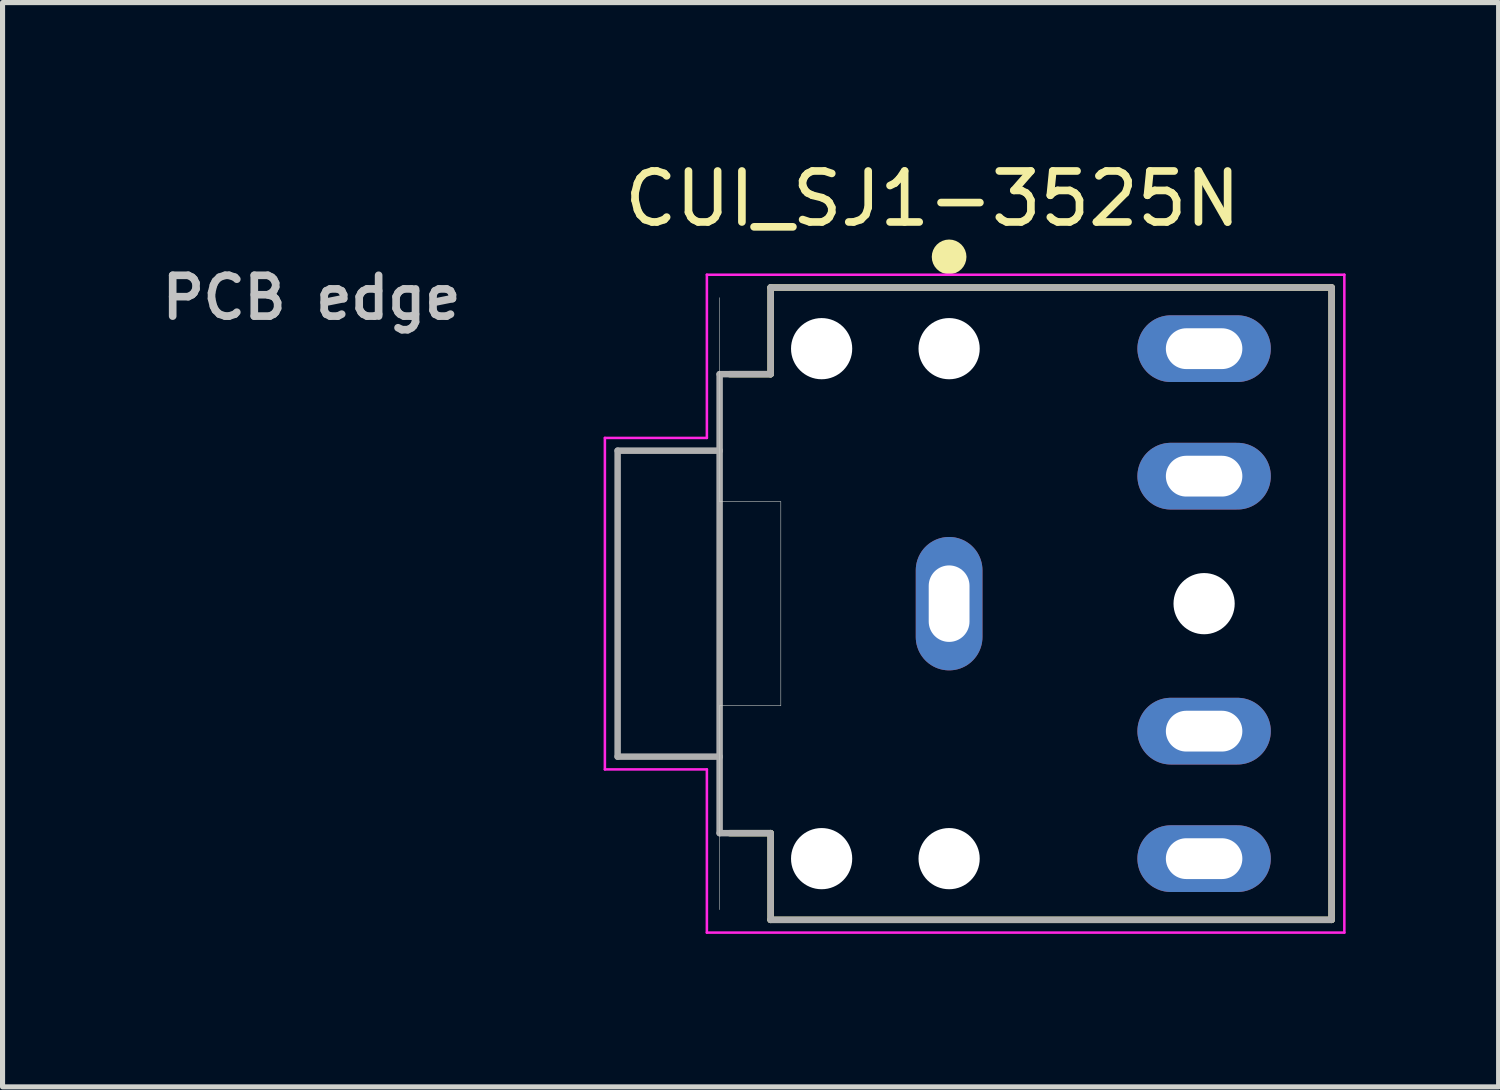
<source format=kicad_pcb>
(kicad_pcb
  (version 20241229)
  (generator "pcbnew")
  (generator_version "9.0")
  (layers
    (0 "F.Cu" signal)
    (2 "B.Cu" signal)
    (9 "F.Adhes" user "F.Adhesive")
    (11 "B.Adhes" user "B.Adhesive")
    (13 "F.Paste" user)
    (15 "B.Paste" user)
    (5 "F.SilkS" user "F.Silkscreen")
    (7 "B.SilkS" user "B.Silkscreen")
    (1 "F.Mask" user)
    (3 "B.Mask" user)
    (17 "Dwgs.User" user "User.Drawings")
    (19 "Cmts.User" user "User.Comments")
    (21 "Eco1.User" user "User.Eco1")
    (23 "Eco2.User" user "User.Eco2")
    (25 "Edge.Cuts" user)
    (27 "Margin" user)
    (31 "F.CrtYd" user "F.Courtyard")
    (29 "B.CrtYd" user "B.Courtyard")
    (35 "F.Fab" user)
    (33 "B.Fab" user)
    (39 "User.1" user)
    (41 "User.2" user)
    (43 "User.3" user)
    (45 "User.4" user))
  (footprint "CUI_SJ1-3525N"
    (layer "F.Cu")
    (at 15.561 8.787)
    (property "Reference" "CUI_SJ1-3525N" (at -0.325 -7.939 0) (layer "F.SilkS") (effects (font (size 1 1) (thickness 0.15))))
    (attr through_hole)
    (fp_line (start -3.5 -6.2) (end -3.5 -4.5) (stroke (width 0.127) (type solid)) (layer "F.SilkS"))
    (fp_line (start -3.5 -4.5) (end -4.3 -4.5) (stroke (width 0.127) (type solid)) (layer "F.SilkS"))
    (fp_line (start -3.5 4.5) (end -4.3 4.5) (stroke (width 0.127) (type solid)) (layer "F.SilkS"))
    (fp_line (start -3.5 4.5) (end -3.5 6.2) (stroke (width 0.127) (type solid)) (layer "F.SilkS"))
    (fp_line (start 7.5 -6.2) (end -3.5 -6.2) (stroke (width 0.127) (type solid)) (layer "F.SilkS"))
    (fp_line (start 7.5 -6.2) (end 7.5 6.2) (stroke (width 0.127) (type solid)) (layer "F.SilkS"))
    (fp_line (start 7.5 6.2) (end -3.5 6.2) (stroke (width 0.127) (type solid)) (layer "F.SilkS"))
    (fp_circle (center 0 -6.8) (end 0.17 -6.8) (stroke (width 0.34) (type solid)) (fill no) (layer "F.SilkS"))
    (fp_line (start -4.5 -6) (end -4.5 -2) (stroke (width 0.01) (type solid)) (layer "Edge.Cuts"))
    (fp_line (start -4.5 -2) (end -3.3 -2) (stroke (width 0.01) (type solid)) (layer "Edge.Cuts"))
    (fp_line (start -4.5 2) (end -4.5 6) (stroke (width 0.01) (type solid)) (layer "Edge.Cuts"))
    (fp_line (start -3.3 -2) (end -3.3 2) (stroke (width 0.01) (type solid)) (layer "Edge.Cuts"))
    (fp_line (start -3.3 2) (end -4.5 2) (stroke (width 0.01) (type solid)) (layer "Edge.Cuts"))
    (fp_line (start -6.75 -3.25) (end -6.75 3.25) (stroke (width 0.05) (type solid)) (layer "F.CrtYd"))
    (fp_line (start -6.75 3.25) (end -4.75 3.25) (stroke (width 0.05) (type solid)) (layer "F.CrtYd"))
    (fp_line (start -4.75 -6.45) (end -4.75 -3.25) (stroke (width 0.05) (type solid)) (layer "F.CrtYd"))
    (fp_line (start -4.75 -6.45) (end 7.75 -6.45) (stroke (width 0.05) (type solid)) (layer "F.CrtYd"))
    (fp_line (start -4.75 -3.25) (end -6.75 -3.25) (stroke (width 0.05) (type solid)) (layer "F.CrtYd"))
    (fp_line (start -4.75 3.25) (end -4.75 6.45) (stroke (width 0.05) (type solid)) (layer "F.CrtYd"))
    (fp_line (start 7.75 -6.45) (end 7.75 6.45) (stroke (width 0.05) (type solid)) (layer "F.CrtYd"))
    (fp_line (start 7.75 6.45) (end -4.75 6.45) (stroke (width 0.05) (type solid)) (layer "F.CrtYd"))
    (fp_line (start -6.5 -3) (end -6.5 3) (stroke (width 0.127) (type solid)) (layer "F.Fab"))
    (fp_line (start -6.5 3) (end -4.5 3) (stroke (width 0.127) (type solid)) (layer "F.Fab"))
    (fp_line (start -4.5 -4.5) (end -4.5 -3) (stroke (width 0.127) (type solid)) (layer "F.Fab"))
    (fp_line (start -4.5 -3) (end -6.5 -3) (stroke (width 0.127) (type solid)) (layer "F.Fab"))
    (fp_line (start -4.5 -3) (end -4.5 3) (stroke (width 0.127) (type solid)) (layer "F.Fab"))
    (fp_line (start -4.5 3) (end -4.5 4.5) (stroke (width 0.127) (type solid)) (layer "F.Fab"))
    (fp_line (start -4.5 4.5) (end -3.5 4.5) (stroke (width 0.127) (type solid)) (layer "F.Fab"))
    (fp_line (start -3.5 -6.2) (end -3.5 -4.5) (stroke (width 0.127) (type solid)) (layer "F.Fab"))
    (fp_line (start -3.5 -4.5) (end -4.5 -4.5) (stroke (width 0.127) (type solid)) (layer "F.Fab"))
    (fp_line (start -3.5 4.5) (end -3.5 6.2) (stroke (width 0.127) (type solid)) (layer "F.Fab"))
    (fp_line (start 7.5 -6.2) (end -3.5 -6.2) (stroke (width 0.127) (type solid)) (layer "F.Fab"))
    (fp_line (start 7.5 -6.2) (end 7.5 6.2) (stroke (width 0.127) (type solid)) (layer "F.Fab"))
    (fp_line (start 7.5 6.2) (end -3.5 6.2) (stroke (width 0.127) (type solid)) (layer "F.Fab"))
    (fp_text user "PCB edge" (at -12.501 -6.001 0) (layer "Dwgs.User") (effects (font (size 0.8 0.8) (thickness 0.15))))
    (pad "" np_thru_hole circle (at -2.5 -5) (size 1.2 1.2) (drill 1.2) (layers "*.Cu" "*.Mask"))
    (pad "" np_thru_hole circle (at -2.5 5) (size 1.2 1.2) (drill 1.2) (layers "*.Cu" "*.Mask"))
    (pad "" np_thru_hole circle (at 0 -5) (size 1.2 1.2) (drill 1.2) (layers "*.Cu" "*.Mask"))
    (pad "" np_thru_hole circle (at 0 5) (size 1.2 1.2) (drill 1.2) (layers "*.Cu" "*.Mask"))
    (pad "" np_thru_hole circle (at 5 0) (size 1.2 1.2) (drill 1.2) (layers "*.Cu" "*.Mask"))
    (pad "1" thru_hole oval (at 0 0) (size 1.308 2.616) (drill oval 0.8 1.5) (layers "*.Cu" "*.Mask"))
    (pad "2" thru_hole oval (at 5 5) (size 2.616 1.308) (drill oval 1.5 0.8) (layers "*.Cu" "*.Mask"))
    (pad "3" thru_hole oval (at 5 -5) (size 2.616 1.308) (drill oval 1.5 0.8) (layers "*.Cu" "*.Mask"))
    (pad "10" thru_hole oval (at 5 2.5) (size 2.616 1.308) (drill oval 1.5 0.8) (layers "*.Cu" "*.Mask"))
    (pad "11" thru_hole oval (at 5 -2.5) (size 2.616 1.308) (drill oval 1.5 0.8) (layers "*.Cu" "*.Mask")))
  (gr_rect
    (start -3 -3)
    (end 26.336 18.262)
    (stroke (width 0.1) (type default))
    (fill no)
    (layer "Edge.Cuts")))
</source>
